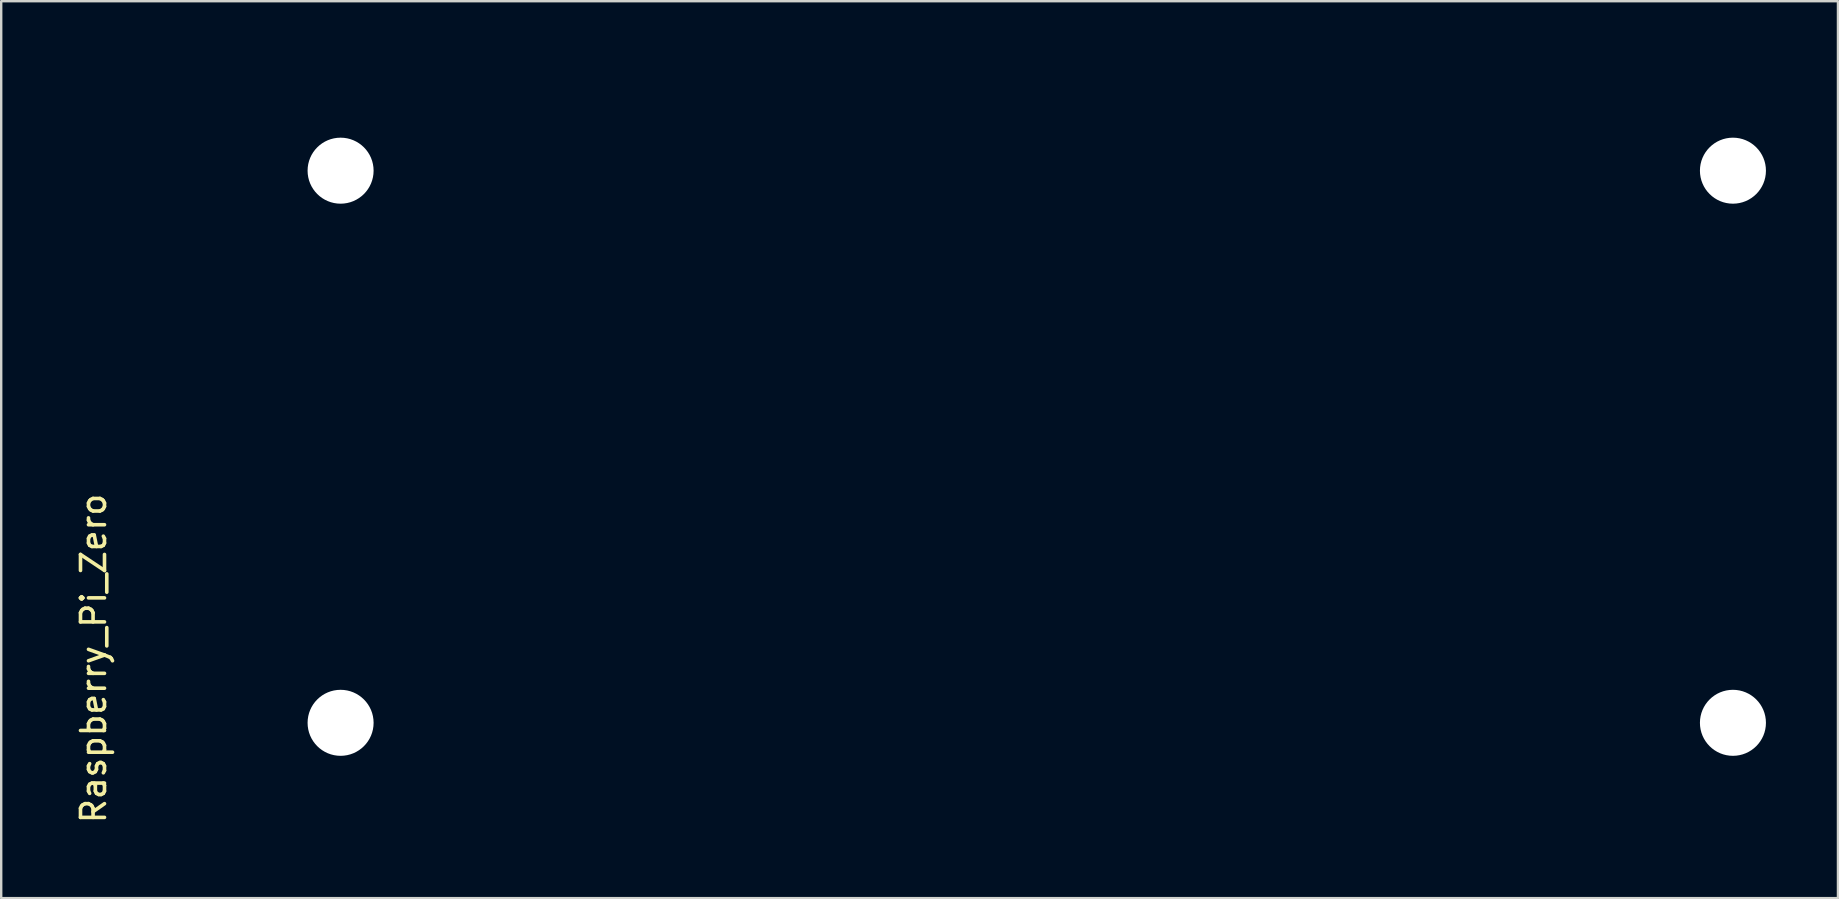
<source format=kicad_pcb>
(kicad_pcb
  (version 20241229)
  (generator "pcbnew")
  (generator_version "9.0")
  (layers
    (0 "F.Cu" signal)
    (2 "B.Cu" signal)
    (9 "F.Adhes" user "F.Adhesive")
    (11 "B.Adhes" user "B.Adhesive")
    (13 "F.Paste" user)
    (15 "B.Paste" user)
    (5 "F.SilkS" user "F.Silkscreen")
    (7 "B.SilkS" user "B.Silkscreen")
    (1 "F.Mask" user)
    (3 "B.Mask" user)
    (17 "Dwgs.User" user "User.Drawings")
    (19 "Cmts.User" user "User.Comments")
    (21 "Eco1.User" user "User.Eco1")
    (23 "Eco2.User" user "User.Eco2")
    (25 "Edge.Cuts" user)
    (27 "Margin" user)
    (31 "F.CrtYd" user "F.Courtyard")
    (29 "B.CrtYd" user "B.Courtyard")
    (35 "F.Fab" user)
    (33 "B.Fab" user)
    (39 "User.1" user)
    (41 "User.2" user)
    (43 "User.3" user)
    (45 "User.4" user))
  (footprint "Raspberry_Pi_Zero"
    (layer "F.Cu")
    (at 7.118 0.25)
    (property "Reference" "Raspberry_Pi_Zero" (at -6.27 24.13 90) (layer "F.SilkS") (effects (font (size 1 1) (thickness 0.15))))
    (attr through_hole)
    (pad "" np_thru_hole circle (at 4.02 3.81) (size 2.75 2.75) (drill 2.75) (layers "*.Cu" "*.Mask"))
    (pad "" np_thru_hole circle (at 4.02 26.81) (size 2.75 2.75) (drill 2.75) (layers "*.Cu" "*.Mask"))
    (pad "" np_thru_hole circle (at 62.02 3.81) (size 2.75 2.75) (drill 2.75) (layers "*.Cu" "*.Mask"))
    (pad "" np_thru_hole circle (at 62.02 26.81) (size 2.75 2.75) (drill 2.75) (layers "*.Cu" "*.Mask")))
  (gr_rect
    (start -3 -3)
    (end 73.513 34.362)
    (stroke (width 0.1) (type default))
    (fill no)
    (layer "Edge.Cuts")))
</source>
